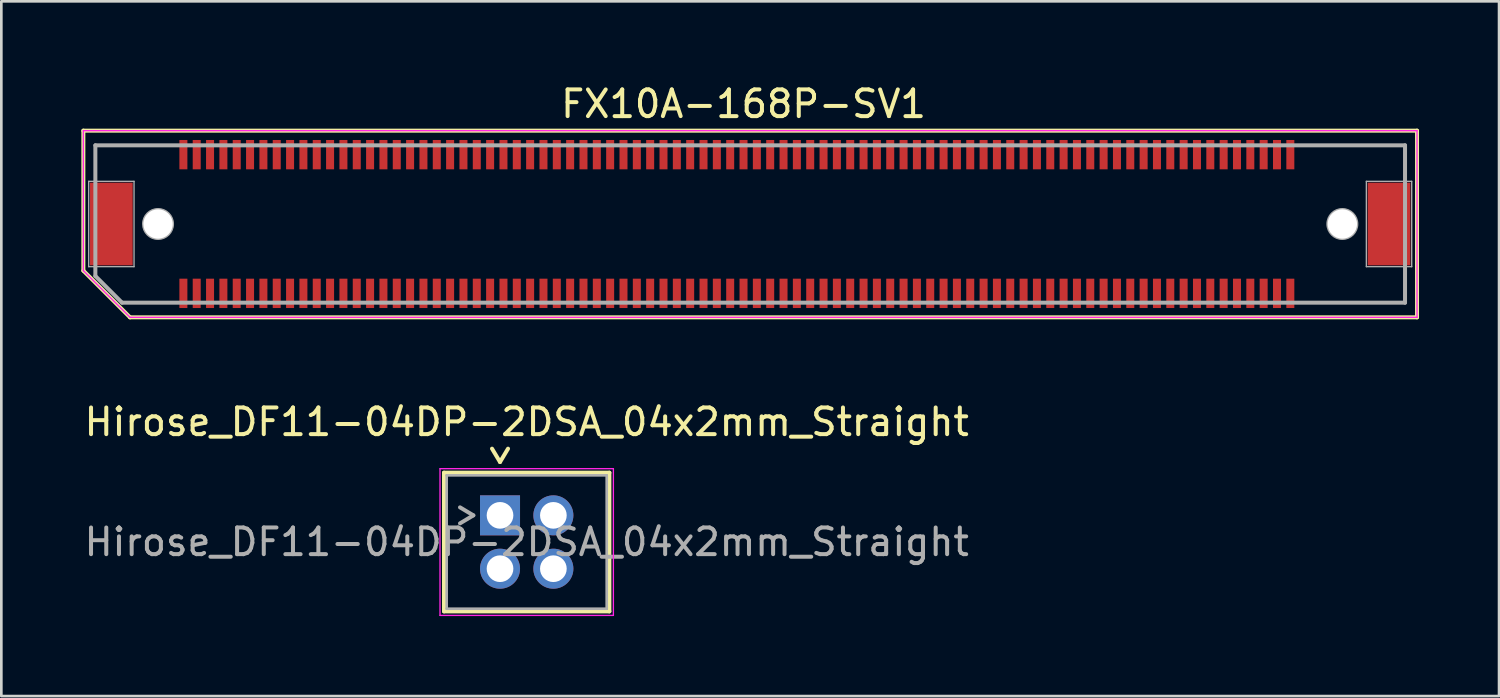
<source format=kicad_pcb>
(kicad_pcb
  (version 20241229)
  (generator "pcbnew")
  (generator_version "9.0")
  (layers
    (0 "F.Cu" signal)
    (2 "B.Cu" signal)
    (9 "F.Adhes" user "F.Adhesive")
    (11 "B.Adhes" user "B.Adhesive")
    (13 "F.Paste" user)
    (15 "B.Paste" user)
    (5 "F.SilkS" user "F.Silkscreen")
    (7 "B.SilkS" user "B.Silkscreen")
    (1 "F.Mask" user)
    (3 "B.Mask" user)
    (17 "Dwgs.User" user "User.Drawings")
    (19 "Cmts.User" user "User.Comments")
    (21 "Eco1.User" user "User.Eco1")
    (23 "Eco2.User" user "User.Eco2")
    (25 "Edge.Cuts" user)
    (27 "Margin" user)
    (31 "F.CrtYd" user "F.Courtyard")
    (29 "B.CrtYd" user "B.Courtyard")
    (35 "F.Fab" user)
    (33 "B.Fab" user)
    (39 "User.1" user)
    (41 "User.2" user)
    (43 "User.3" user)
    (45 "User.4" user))
  (footprint "Hirose_DF11-04DP-2DSA_04x2mm_Straight"
    (layer "F.Cu")
    (at 15.696 16.271)
    (property "Reference" "Hirose_DF11-04DP-2DSA_04x2mm_Straight" (at 1 -3.5 0) (layer "F.SilkS") (effects (font (size 1 1) (thickness 0.15))))
    (attr through_hole)
    (fp_line (start -2.1 -1.6) (end 4.1 -1.6) (stroke (width 0.15) (type solid)) (layer "F.SilkS"))
    (fp_line (start -2.1 3.6) (end -2.1 -1.6) (stroke (width 0.15) (type solid)) (layer "F.SilkS"))
    (fp_line (start 0 -2) (end -0.3 -2.5) (stroke (width 0.15) (type solid)) (layer "F.SilkS"))
    (fp_line (start 0 -2) (end 0.3 -2.5) (stroke (width 0.15) (type solid)) (layer "F.SilkS"))
    (fp_line (start 4.1 -1.6) (end 4.1 3.6) (stroke (width 0.15) (type solid)) (layer "F.SilkS"))
    (fp_line (start 4.1 3.6) (end -2.1 3.6) (stroke (width 0.15) (type solid)) (layer "F.SilkS"))
    (fp_line (start -2.25 -1.75) (end 4.25 -1.75) (stroke (width 0.05) (type solid)) (layer "F.CrtYd"))
    (fp_line (start -2.25 3.75) (end -2.25 -1.75) (stroke (width 0.05) (type solid)) (layer "F.CrtYd"))
    (fp_line (start 4.25 -1.75) (end 4.25 3.75) (stroke (width 0.05) (type solid)) (layer "F.CrtYd"))
    (fp_line (start 4.25 3.75) (end -2.25 3.75) (stroke (width 0.05) (type solid)) (layer "F.CrtYd"))
    (fp_line (start -2 -1.5) (end 4 -1.5) (stroke (width 0.1) (type solid)) (layer "F.Fab"))
    (fp_line (start -2 3.5) (end -2 -1.5) (stroke (width 0.1) (type solid)) (layer "F.Fab"))
    (fp_line (start -1 0) (end -1.5 -0.3) (stroke (width 0.15) (type solid)) (layer "F.Fab"))
    (fp_line (start -1 0) (end -1.5 0.3) (stroke (width 0.15) (type solid)) (layer "F.Fab"))
    (fp_line (start 4 -1.5) (end 4 3.5) (stroke (width 0.1) (type solid)) (layer "F.Fab"))
    (fp_line (start 4 3.5) (end -2 3.5) (stroke (width 0.1) (type solid)) (layer "F.Fab"))
    (fp_text user "${REFERENCE}" (at 1 1 0) (layer "F.Fab") (effects (font (size 1 1) (thickness 0.15))))
    (pad "1" thru_hole rect (at 0 0) (size 1.5 1.5) (drill 1) (layers "*.Cu" "*.Mask"))
    (pad "2" thru_hole circle (at 0 2) (size 1.5 1.5) (drill 1) (layers "*.Cu" "*.Mask"))
    (pad "3" thru_hole circle (at 2 0) (size 1.5 1.5) (drill 1) (layers "*.Cu" "*.Mask"))
    (pad "4" thru_hole circle (at 2 2) (size 1.5 1.5) (drill 1) (layers "*.Cu" "*.Mask")))
  (footprint "FX10A-168P-SV1"
    (layer "F.Cu")
    (at 25.075 5.348)
    (property "Reference" "FX10A-168P-SV1" (at -0.25 -4.5 0) (layer "F.SilkS") (effects (font (size 1 1) (thickness 0.15))))
    (attr through_hole)
    (fp_line (start -25 -3.5) (end 25 -3.5) (stroke (width 0.15) (type solid)) (layer "F.SilkS"))
    (fp_line (start -25 1.75) (end -25 -3.5) (stroke (width 0.15) (type solid)) (layer "F.SilkS"))
    (fp_line (start -23.25 3.5) (end -25 1.75) (stroke (width 0.15) (type solid)) (layer "F.SilkS"))
    (fp_line (start 25 -3.5) (end 25 3.5) (stroke (width 0.15) (type solid)) (layer "F.SilkS"))
    (fp_line (start 25 3.5) (end -23.25 3.5) (stroke (width 0.15) (type solid)) (layer "F.SilkS"))
    (fp_line (start -25 -3.5) (end -25 1.75) (stroke (width 0.05) (type solid)) (layer "F.CrtYd"))
    (fp_line (start -25 1.75) (end -23.25 3.5) (stroke (width 0.05) (type solid)) (layer "F.CrtYd"))
    (fp_line (start -23.25 3.5) (end 25 3.5) (stroke (width 0.05) (type solid)) (layer "F.CrtYd"))
    (fp_line (start 25 -3.5) (end -25 -3.5) (stroke (width 0.05) (type solid)) (layer "F.CrtYd"))
    (fp_line (start 25 3.5) (end 25 -3.5) (stroke (width 0.05) (type solid)) (layer "F.CrtYd"))
    (fp_line (start -24.8 -1.6) (end -23.1 -1.6) (stroke (width 0.05) (type solid)) (layer "F.Fab"))
    (fp_line (start -24.8 1.6) (end -24.8 -1.6) (stroke (width 0.05) (type solid)) (layer "F.Fab"))
    (fp_line (start -24.55 -2.95) (end -24.55 1.95) (stroke (width 0.15) (type solid)) (layer "F.Fab"))
    (fp_line (start -24.55 -2.95) (end 24.55 -2.95) (stroke (width 0.15) (type solid)) (layer "F.Fab"))
    (fp_line (start -24.55 1.95) (end -23.55 2.95) (stroke (width 0.15) (type solid)) (layer "F.Fab"))
    (fp_line (start -23.55 2.95) (end 24.55 2.95) (stroke (width 0.15) (type solid)) (layer "F.Fab"))
    (fp_line (start -23.1 -1.6) (end -23.1 1.6) (stroke (width 0.05) (type solid)) (layer "F.Fab"))
    (fp_line (start -23.1 1.6) (end -24.8 1.6) (stroke (width 0.05) (type solid)) (layer "F.Fab"))
    (fp_line (start 23.1 -1.6) (end 24.8 -1.6) (stroke (width 0.05) (type solid)) (layer "F.Fab"))
    (fp_line (start 23.1 1.6) (end 23.1 -1.6) (stroke (width 0.05) (type solid)) (layer "F.Fab"))
    (fp_line (start 24.55 -2.95) (end 24.55 2.95) (stroke (width 0.15) (type solid)) (layer "F.Fab"))
    (fp_line (start 24.8 -1.6) (end 24.8 1.6) (stroke (width 0.05) (type solid)) (layer "F.Fab"))
    (fp_line (start 24.8 1.6) (end 23.1 1.6) (stroke (width 0.05) (type solid)) (layer "F.Fab"))
    (fp_circle (center -22.2 0) (end -22.75 0) (stroke (width 0.1) (type solid)) (fill no) (layer "F.Fab"))
    (fp_circle (center 22.2 0) (end 22.75 0) (stroke (width 0.1) (type solid)) (fill no) (layer "F.Fab"))
    (pad "" smd rect (at -23.95 0) (size 1.6 3.1) (layers "F.Cu" "F.Mask" "F.Paste"))
    (pad "" np_thru_hole circle (at -22.2 0) (size 1.1 1.1) (drill 1.1) (layers "*.Mask" "F.Cu" "F.SilkS"))
    (pad "" np_thru_hole circle (at 22.2 0) (size 1.1 1.1) (drill 1.1) (layers "*.Mask" "F.Cu" "F.SilkS"))
    (pad "" smd rect (at 23.95 0) (size 1.6 3.1) (layers "F.Cu" "F.Mask" "F.Paste"))
    (pad "A1" smd rect (at -21.25 2.6) (size 0.3 1.1) (layers "F.Cu" "F.Mask" "F.Paste"))
    (pad "A2" smd rect (at -20.75 2.6) (size 0.3 1.1) (layers "F.Cu" "F.Mask" "F.Paste"))
    (pad "A3" smd rect (at -20.25 2.6) (size 0.3 1.1) (layers "F.Cu" "F.Mask" "F.Paste"))
    (pad "A4" smd rect (at -19.75 2.6) (size 0.3 1.1) (layers "F.Cu" "F.Mask" "F.Paste"))
    (pad "A5" smd rect (at -19.25 2.6) (size 0.3 1.1) (layers "F.Cu" "F.Mask" "F.Paste"))
    (pad "A6" smd rect (at -18.75 2.6) (size 0.3 1.1) (layers "F.Cu" "F.Mask" "F.Paste"))
    (pad "A7" smd rect (at -18.25 2.6) (size 0.3 1.1) (layers "F.Cu" "F.Mask" "F.Paste"))
    (pad "A8" smd rect (at -17.75 2.6) (size 0.3 1.1) (layers "F.Cu" "F.Mask" "F.Paste"))
    (pad "A9" smd rect (at -17.25 2.6) (size 0.3 1.1) (layers "F.Cu" "F.Mask" "F.Paste"))
    (pad "A10" smd rect (at -16.75 2.6) (size 0.3 1.1) (layers "F.Cu" "F.Mask" "F.Paste"))
    (pad "A11" smd rect (at -16.25 2.6) (size 0.3 1.1) (layers "F.Cu" "F.Mask" "F.Paste"))
    (pad "A12" smd rect (at -15.75 2.6) (size 0.3 1.1) (layers "F.Cu" "F.Mask" "F.Paste"))
    (pad "A13" smd rect (at -15.25 2.6) (size 0.3 1.1) (layers "F.Cu" "F.Mask" "F.Paste"))
    (pad "A14" smd rect (at -14.75 2.6) (size 0.3 1.1) (layers "F.Cu" "F.Mask" "F.Paste"))
    (pad "A15" smd rect (at -14.25 2.6) (size 0.3 1.1) (layers "F.Cu" "F.Mask" "F.Paste"))
    (pad "A16" smd rect (at -13.75 2.6) (size 0.3 1.1) (layers "F.Cu" "F.Mask" "F.Paste"))
    (pad "A17" smd rect (at -13.25 2.6) (size 0.3 1.1) (layers "F.Cu" "F.Mask" "F.Paste"))
    (pad "A18" smd rect (at -12.75 2.6) (size 0.3 1.1) (layers "F.Cu" "F.Mask" "F.Paste"))
    (pad "A19" smd rect (at -12.25 2.6) (size 0.3 1.1) (layers "F.Cu" "F.Mask" "F.Paste"))
    (pad "A20" smd rect (at -11.75 2.6) (size 0.3 1.1) (layers "F.Cu" "F.Mask" "F.Paste"))
    (pad "A21" smd rect (at -11.25 2.6) (size 0.3 1.1) (layers "F.Cu" "F.Mask" "F.Paste"))
    (pad "A22" smd rect (at -10.75 2.6) (size 0.3 1.1) (layers "F.Cu" "F.Mask" "F.Paste"))
    (pad "A23" smd rect (at -10.25 2.6) (size 0.3 1.1) (layers "F.Cu" "F.Mask" "F.Paste"))
    (pad "A24" smd rect (at -9.75 2.6) (size 0.3 1.1) (layers "F.Cu" "F.Mask" "F.Paste"))
    (pad "A25" smd rect (at -9.25 2.6) (size 0.3 1.1) (layers "F.Cu" "F.Mask" "F.Paste"))
    (pad "A26" smd rect (at -8.75 2.6) (size 0.3 1.1) (layers "F.Cu" "F.Mask" "F.Paste"))
    (pad "A27" smd rect (at -8.25 2.6) (size 0.3 1.1) (layers "F.Cu" "F.Mask" "F.Paste"))
    (pad "A28" smd rect (at -7.75 2.6) (size 0.3 1.1) (layers "F.Cu" "F.Mask" "F.Paste"))
    (pad "A29" smd rect (at -7.25 2.6) (size 0.3 1.1) (layers "F.Cu" "F.Mask" "F.Paste"))
    (pad "A30" smd rect (at -6.75 2.6) (size 0.3 1.1) (layers "F.Cu" "F.Mask" "F.Paste"))
    (pad "A31" smd rect (at -6.25 2.6) (size 0.3 1.1) (layers "F.Cu" "F.Mask" "F.Paste"))
    (pad "A32" smd rect (at -5.75 2.6) (size 0.3 1.1) (layers "F.Cu" "F.Mask" "F.Paste"))
    (pad "A33" smd rect (at -5.25 2.6) (size 0.3 1.1) (layers "F.Cu" "F.Mask" "F.Paste"))
    (pad "A34" smd rect (at -4.75 2.6) (size 0.3 1.1) (layers "F.Cu" "F.Mask" "F.Paste"))
    (pad "A35" smd rect (at -4.25 2.6) (size 0.3 1.1) (layers "F.Cu" "F.Mask" "F.Paste"))
    (pad "A36" smd rect (at -3.75 2.6) (size 0.3 1.1) (layers "F.Cu" "F.Mask" "F.Paste"))
    (pad "A37" smd rect (at -3.25 2.6) (size 0.3 1.1) (layers "F.Cu" "F.Mask" "F.Paste"))
    (pad "A38" smd rect (at -2.75 2.6) (size 0.3 1.1) (layers "F.Cu" "F.Mask" "F.Paste"))
    (pad "A39" smd rect (at -2.25 2.6) (size 0.3 1.1) (layers "F.Cu" "F.Mask" "F.Paste"))
    (pad "A40" smd rect (at -1.75 2.6) (size 0.3 1.1) (layers "F.Cu" "F.Mask" "F.Paste"))
    (pad "A41" smd rect (at -1.25 2.6) (size 0.3 1.1) (layers "F.Cu" "F.Mask" "F.Paste"))
    (pad "A42" smd rect (at -0.75 2.6) (size 0.3 1.1) (layers "F.Cu" "F.Mask" "F.Paste"))
    (pad "A43" smd rect (at -0.25 2.6) (size 0.3 1.1) (layers "F.Cu" "F.Mask" "F.Paste"))
    (pad "A44" smd rect (at 0.25 2.6) (size 0.3 1.1) (layers "F.Cu" "F.Mask" "F.Paste"))
    (pad "A45" smd rect (at 0.75 2.6) (size 0.3 1.1) (layers "F.Cu" "F.Mask" "F.Paste"))
    (pad "A46" smd rect (at 1.25 2.6) (size 0.3 1.1) (layers "F.Cu" "F.Mask" "F.Paste"))
    (pad "A47" smd rect (at 1.75 2.6) (size 0.3 1.1) (layers "F.Cu" "F.Mask" "F.Paste"))
    (pad "A48" smd rect (at 2.25 2.6) (size 0.3 1.1) (layers "F.Cu" "F.Mask" "F.Paste"))
    (pad "A49" smd rect (at 2.75 2.6) (size 0.3 1.1) (layers "F.Cu" "F.Mask" "F.Paste"))
    (pad "A50" smd rect (at 3.25 2.6) (size 0.3 1.1) (layers "F.Cu" "F.Mask" "F.Paste"))
    (pad "A51" smd rect (at 3.75 2.6) (size 0.3 1.1) (layers "F.Cu" "F.Mask" "F.Paste"))
    (pad "A52" smd rect (at 4.25 2.6) (size 0.3 1.1) (layers "F.Cu" "F.Mask" "F.Paste"))
    (pad "A53" smd rect (at 4.75 2.6) (size 0.3 1.1) (layers "F.Cu" "F.Mask" "F.Paste"))
    (pad "A54" smd rect (at 5.25 2.6) (size 0.3 1.1) (layers "F.Cu" "F.Mask" "F.Paste"))
    (pad "A55" smd rect (at 5.75 2.6) (size 0.3 1.1) (layers "F.Cu" "F.Mask" "F.Paste"))
    (pad "A56" smd rect (at 6.25 2.6) (size 0.3 1.1) (layers "F.Cu" "F.Mask" "F.Paste"))
    (pad "A57" smd rect (at 6.75 2.6) (size 0.3 1.1) (layers "F.Cu" "F.Mask" "F.Paste"))
    (pad "A58" smd rect (at 7.25 2.6) (size 0.3 1.1) (layers "F.Cu" "F.Mask" "F.Paste"))
    (pad "A59" smd rect (at 7.75 2.6) (size 0.3 1.1) (layers "F.Cu" "F.Mask" "F.Paste"))
    (pad "A60" smd rect (at 8.25 2.6) (size 0.3 1.1) (layers "F.Cu" "F.Mask" "F.Paste"))
    (pad "A61" smd rect (at 8.75 2.6) (size 0.3 1.1) (layers "F.Cu" "F.Mask" "F.Paste"))
    (pad "A62" smd rect (at 9.25 2.6) (size 0.3 1.1) (layers "F.Cu" "F.Mask" "F.Paste"))
    (pad "A63" smd rect (at 9.75 2.6) (size 0.3 1.1) (layers "F.Cu" "F.Mask" "F.Paste"))
    (pad "A64" smd rect (at 10.25 2.6) (size 0.3 1.1) (layers "F.Cu" "F.Mask" "F.Paste"))
    (pad "A65" smd rect (at 10.75 2.6) (size 0.3 1.1) (layers "F.Cu" "F.Mask" "F.Paste"))
    (pad "A66" smd rect (at 11.25 2.6) (size 0.3 1.1) (layers "F.Cu" "F.Mask" "F.Paste"))
    (pad "A67" smd rect (at 11.75 2.6) (size 0.3 1.1) (layers "F.Cu" "F.Mask" "F.Paste"))
    (pad "A68" smd rect (at 12.25 2.6) (size 0.3 1.1) (layers "F.Cu" "F.Mask" "F.Paste"))
    (pad "A69" smd rect (at 12.75 2.6) (size 0.3 1.1) (layers "F.Cu" "F.Mask" "F.Paste"))
    (pad "A70" smd rect (at 13.25 2.6) (size 0.3 1.1) (layers "F.Cu" "F.Mask" "F.Paste"))
    (pad "A71" smd rect (at 13.75 2.6) (size 0.3 1.1) (layers "F.Cu" "F.Mask" "F.Paste"))
    (pad "A72" smd rect (at 14.25 2.6) (size 0.3 1.1) (layers "F.Cu" "F.Mask" "F.Paste"))
    (pad "A73" smd rect (at 14.75 2.6) (size 0.3 1.1) (layers "F.Cu" "F.Mask" "F.Paste"))
    (pad "A74" smd rect (at 15.25 2.6) (size 0.3 1.1) (layers "F.Cu" "F.Mask" "F.Paste"))
    (pad "A75" smd rect (at 15.75 2.6) (size 0.3 1.1) (layers "F.Cu" "F.Mask" "F.Paste"))
    (pad "A76" smd rect (at 16.25 2.6) (size 0.3 1.1) (layers "F.Cu" "F.Mask" "F.Paste"))
    (pad "A77" smd rect (at 16.75 2.6) (size 0.3 1.1) (layers "F.Cu" "F.Mask" "F.Paste"))
    (pad "A78" smd rect (at 17.25 2.6) (size 0.3 1.1) (layers "F.Cu" "F.Mask" "F.Paste"))
    (pad "A79" smd rect (at 17.75 2.6) (size 0.3 1.1) (layers "F.Cu" "F.Mask" "F.Paste"))
    (pad "A80" smd rect (at 18.25 2.6) (size 0.3 1.1) (layers "F.Cu" "F.Mask" "F.Paste"))
    (pad "A81" smd rect (at 18.75 2.6) (size 0.3 1.1) (layers "F.Cu" "F.Mask" "F.Paste"))
    (pad "A82" smd rect (at 19.25 2.6) (size 0.3 1.1) (layers "F.Cu" "F.Mask" "F.Paste"))
    (pad "A83" smd rect (at 19.75 2.6) (size 0.3 1.1) (layers "F.Cu" "F.Mask" "F.Paste"))
    (pad "A84" smd rect (at 20.25 2.6) (size 0.3 1.1) (layers "F.Cu" "F.Mask" "F.Paste"))
    (pad "B1" smd rect (at -21.25 -2.6) (size 0.3 1.1) (layers "F.Cu" "F.Mask" "F.Paste"))
    (pad "B2" smd rect (at -20.75 -2.6) (size 0.3 1.1) (layers "F.Cu" "F.Mask" "F.Paste"))
    (pad "B3" smd rect (at -20.25 -2.6) (size 0.3 1.1) (layers "F.Cu" "F.Mask" "F.Paste"))
    (pad "B4" smd rect (at -19.75 -2.6) (size 0.3 1.1) (layers "F.Cu" "F.Mask" "F.Paste"))
    (pad "B5" smd rect (at -19.25 -2.6) (size 0.3 1.1) (layers "F.Cu" "F.Mask" "F.Paste"))
    (pad "B6" smd rect (at -18.75 -2.6) (size 0.3 1.1) (layers "F.Cu" "F.Mask" "F.Paste"))
    (pad "B7" smd rect (at -18.25 -2.6) (size 0.3 1.1) (layers "F.Cu" "F.Mask" "F.Paste"))
    (pad "B8" smd rect (at -17.75 -2.6) (size 0.3 1.1) (layers "F.Cu" "F.Mask" "F.Paste"))
    (pad "B9" smd rect (at -17.25 -2.6) (size 0.3 1.1) (layers "F.Cu" "F.Mask" "F.Paste"))
    (pad "B10" smd rect (at -16.75 -2.6) (size 0.3 1.1) (layers "F.Cu" "F.Mask" "F.Paste"))
    (pad "B11" smd rect (at -16.25 -2.6) (size 0.3 1.1) (layers "F.Cu" "F.Mask" "F.Paste"))
    (pad "B12" smd rect (at -15.75 -2.6) (size 0.3 1.1) (layers "F.Cu" "F.Mask" "F.Paste"))
    (pad "B13" smd rect (at -15.25 -2.6) (size 0.3 1.1) (layers "F.Cu" "F.Mask" "F.Paste"))
    (pad "B14" smd rect (at -14.75 -2.6) (size 0.3 1.1) (layers "F.Cu" "F.Mask" "F.Paste"))
    (pad "B15" smd rect (at -14.25 -2.6) (size 0.3 1.1) (layers "F.Cu" "F.Mask" "F.Paste"))
    (pad "B16" smd rect (at -13.75 -2.6) (size 0.3 1.1) (layers "F.Cu" "F.Mask" "F.Paste"))
    (pad "B17" smd rect (at -13.25 -2.6) (size 0.3 1.1) (layers "F.Cu" "F.Mask" "F.Paste"))
    (pad "B18" smd rect (at -12.75 -2.6) (size 0.3 1.1) (layers "F.Cu" "F.Mask" "F.Paste"))
    (pad "B19" smd rect (at -12.25 -2.6) (size 0.3 1.1) (layers "F.Cu" "F.Mask" "F.Paste"))
    (pad "B20" smd rect (at -11.75 -2.6) (size 0.3 1.1) (layers "F.Cu" "F.Mask" "F.Paste"))
    (pad "B21" smd rect (at -11.25 -2.6) (size 0.3 1.1) (layers "F.Cu" "F.Mask" "F.Paste"))
    (pad "B22" smd rect (at -10.75 -2.6) (size 0.3 1.1) (layers "F.Cu" "F.Mask" "F.Paste"))
    (pad "B23" smd rect (at -10.25 -2.6) (size 0.3 1.1) (layers "F.Cu" "F.Mask" "F.Paste"))
    (pad "B24" smd rect (at -9.75 -2.6) (size 0.3 1.1) (layers "F.Cu" "F.Mask" "F.Paste"))
    (pad "B25" smd rect (at -9.25 -2.6) (size 0.3 1.1) (layers "F.Cu" "F.Mask" "F.Paste"))
    (pad "B26" smd rect (at -8.75 -2.6) (size 0.3 1.1) (layers "F.Cu" "F.Mask" "F.Paste"))
    (pad "B27" smd rect (at -8.25 -2.6) (size 0.3 1.1) (layers "F.Cu" "F.Mask" "F.Paste"))
    (pad "B28" smd rect (at -7.75 -2.6) (size 0.3 1.1) (layers "F.Cu" "F.Mask" "F.Paste"))
    (pad "B29" smd rect (at -7.25 -2.6) (size 0.3 1.1) (layers "F.Cu" "F.Mask" "F.Paste"))
    (pad "B30" smd rect (at -6.75 -2.6) (size 0.3 1.1) (layers "F.Cu" "F.Mask" "F.Paste"))
    (pad "B31" smd rect (at -6.25 -2.6) (size 0.3 1.1) (layers "F.Cu" "F.Mask" "F.Paste"))
    (pad "B32" smd rect (at -5.75 -2.6) (size 0.3 1.1) (layers "F.Cu" "F.Mask" "F.Paste"))
    (pad "B33" smd rect (at -5.25 -2.6) (size 0.3 1.1) (layers "F.Cu" "F.Mask" "F.Paste"))
    (pad "B34" smd rect (at -4.75 -2.6) (size 0.3 1.1) (layers "F.Cu" "F.Mask" "F.Paste"))
    (pad "B35" smd rect (at -4.25 -2.6) (size 0.3 1.1) (layers "F.Cu" "F.Mask" "F.Paste"))
    (pad "B36" smd rect (at -3.75 -2.6) (size 0.3 1.1) (layers "F.Cu" "F.Mask" "F.Paste"))
    (pad "B37" smd rect (at -3.25 -2.6) (size 0.3 1.1) (layers "F.Cu" "F.Mask" "F.Paste"))
    (pad "B38" smd rect (at -2.75 -2.6) (size 0.3 1.1) (layers "F.Cu" "F.Mask" "F.Paste"))
    (pad "B39" smd rect (at -2.25 -2.6) (size 0.3 1.1) (layers "F.Cu" "F.Mask" "F.Paste"))
    (pad "B40" smd rect (at -1.75 -2.6) (size 0.3 1.1) (layers "F.Cu" "F.Mask" "F.Paste"))
    (pad "B41" smd rect (at -1.25 -2.6) (size 0.3 1.1) (layers "F.Cu" "F.Mask" "F.Paste"))
    (pad "B42" smd rect (at -0.75 -2.6) (size 0.3 1.1) (layers "F.Cu" "F.Mask" "F.Paste"))
    (pad "B43" smd rect (at -0.25 -2.6) (size 0.3 1.1) (layers "F.Cu" "F.Mask" "F.Paste"))
    (pad "B44" smd rect (at 0.25 -2.6) (size 0.3 1.1) (layers "F.Cu" "F.Mask" "F.Paste"))
    (pad "B45" smd rect (at 0.75 -2.6) (size 0.3 1.1) (layers "F.Cu" "F.Mask" "F.Paste"))
    (pad "B46" smd rect (at 1.25 -2.6) (size 0.3 1.1) (layers "F.Cu" "F.Mask" "F.Paste"))
    (pad "B47" smd rect (at 1.75 -2.6) (size 0.3 1.1) (layers "F.Cu" "F.Mask" "F.Paste"))
    (pad "B48" smd rect (at 2.25 -2.6) (size 0.3 1.1) (layers "F.Cu" "F.Mask" "F.Paste"))
    (pad "B49" smd rect (at 2.75 -2.6) (size 0.3 1.1) (layers "F.Cu" "F.Mask" "F.Paste"))
    (pad "B50" smd rect (at 3.25 -2.6) (size 0.3 1.1) (layers "F.Cu" "F.Mask" "F.Paste"))
    (pad "B51" smd rect (at 3.75 -2.6) (size 0.3 1.1) (layers "F.Cu" "F.Mask" "F.Paste"))
    (pad "B52" smd rect (at 4.25 -2.6) (size 0.3 1.1) (layers "F.Cu" "F.Mask" "F.Paste"))
    (pad "B53" smd rect (at 4.75 -2.6) (size 0.3 1.1) (layers "F.Cu" "F.Mask" "F.Paste"))
    (pad "B54" smd rect (at 5.25 -2.6) (size 0.3 1.1) (layers "F.Cu" "F.Mask" "F.Paste"))
    (pad "B55" smd rect (at 5.75 -2.6) (size 0.3 1.1) (layers "F.Cu" "F.Mask" "F.Paste"))
    (pad "B56" smd rect (at 6.25 -2.6) (size 0.3 1.1) (layers "F.Cu" "F.Mask" "F.Paste"))
    (pad "B57" smd rect (at 6.75 -2.6) (size 0.3 1.1) (layers "F.Cu" "F.Mask" "F.Paste"))
    (pad "B58" smd rect (at 7.25 -2.6) (size 0.3 1.1) (layers "F.Cu" "F.Mask" "F.Paste"))
    (pad "B59" smd rect (at 7.75 -2.6) (size 0.3 1.1) (layers "F.Cu" "F.Mask" "F.Paste"))
    (pad "B60" smd rect (at 8.25 -2.6) (size 0.3 1.1) (layers "F.Cu" "F.Mask" "F.Paste"))
    (pad "B61" smd rect (at 8.75 -2.6) (size 0.3 1.1) (layers "F.Cu" "F.Mask" "F.Paste"))
    (pad "B62" smd rect (at 9.25 -2.6) (size 0.3 1.1) (layers "F.Cu" "F.Mask" "F.Paste"))
    (pad "B63" smd rect (at 9.75 -2.6) (size 0.3 1.1) (layers "F.Cu" "F.Mask" "F.Paste"))
    (pad "B64" smd rect (at 10.25 -2.6) (size 0.3 1.1) (layers "F.Cu" "F.Mask" "F.Paste"))
    (pad "B65" smd rect (at 10.75 -2.6) (size 0.3 1.1) (layers "F.Cu" "F.Mask" "F.Paste"))
    (pad "B66" smd rect (at 11.25 -2.6) (size 0.3 1.1) (layers "F.Cu" "F.Mask" "F.Paste"))
    (pad "B67" smd rect (at 11.75 -2.6) (size 0.3 1.1) (layers "F.Cu" "F.Mask" "F.Paste"))
    (pad "B68" smd rect (at 12.25 -2.6) (size 0.3 1.1) (layers "F.Cu" "F.Mask" "F.Paste"))
    (pad "B69" smd rect (at 12.75 -2.6) (size 0.3 1.1) (layers "F.Cu" "F.Mask" "F.Paste"))
    (pad "B70" smd rect (at 13.25 -2.6) (size 0.3 1.1) (layers "F.Cu" "F.Mask" "F.Paste"))
    (pad "B71" smd rect (at 13.75 -2.6) (size 0.3 1.1) (layers "F.Cu" "F.Mask" "F.Paste"))
    (pad "B72" smd rect (at 14.25 -2.6) (size 0.3 1.1) (layers "F.Cu" "F.Mask" "F.Paste"))
    (pad "B73" smd rect (at 14.75 -2.6) (size 0.3 1.1) (layers "F.Cu" "F.Mask" "F.Paste"))
    (pad "B74" smd rect (at 15.25 -2.6) (size 0.3 1.1) (layers "F.Cu" "F.Mask" "F.Paste"))
    (pad "B75" smd rect (at 15.75 -2.6) (size 0.3 1.1) (layers "F.Cu" "F.Mask" "F.Paste"))
    (pad "B76" smd rect (at 16.25 -2.6) (size 0.3 1.1) (layers "F.Cu" "F.Mask" "F.Paste"))
    (pad "B77" smd rect (at 16.75 -2.6) (size 0.3 1.1) (layers "F.Cu" "F.Mask" "F.Paste"))
    (pad "B78" smd rect (at 17.25 -2.6) (size 0.3 1.1) (layers "F.Cu" "F.Mask" "F.Paste"))
    (pad "B79" smd rect (at 17.75 -2.6) (size 0.3 1.1) (layers "F.Cu" "F.Mask" "F.Paste"))
    (pad "B80" smd rect (at 18.25 -2.6) (size 0.3 1.1) (layers "F.Cu" "F.Mask" "F.Paste"))
    (pad "B81" smd rect (at 18.75 -2.6) (size 0.3 1.1) (layers "F.Cu" "F.Mask" "F.Paste"))
    (pad "B82" smd rect (at 19.25 -2.6) (size 0.3 1.1) (layers "F.Cu" "F.Mask" "F.Paste"))
    (pad "B83" smd rect (at 19.75 -2.6) (size 0.3 1.1) (layers "F.Cu" "F.Mask" "F.Paste"))
    (pad "B84" smd rect (at 20.25 -2.6) (size 0.3 1.1) (layers "F.Cu" "F.Mask" "F.Paste")))
  (gr_rect
    (start -3 -3)
    (end 53.15 23.047)
    (stroke (width 0.1) (type default))
    (fill no)
    (layer "Edge.Cuts")))
</source>
